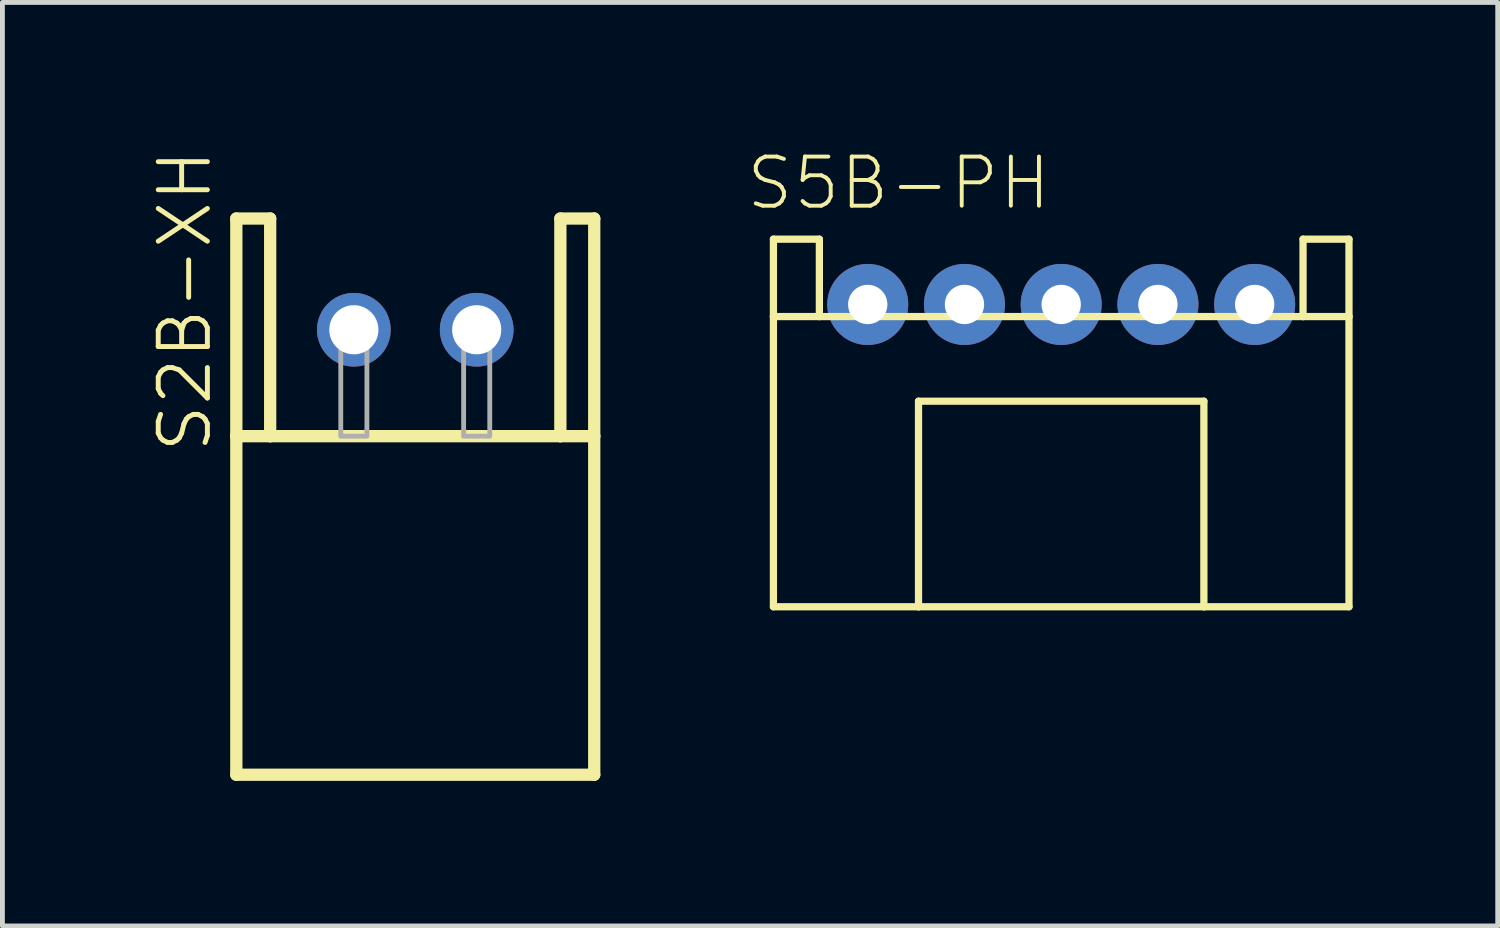
<source format=kicad_pcb>
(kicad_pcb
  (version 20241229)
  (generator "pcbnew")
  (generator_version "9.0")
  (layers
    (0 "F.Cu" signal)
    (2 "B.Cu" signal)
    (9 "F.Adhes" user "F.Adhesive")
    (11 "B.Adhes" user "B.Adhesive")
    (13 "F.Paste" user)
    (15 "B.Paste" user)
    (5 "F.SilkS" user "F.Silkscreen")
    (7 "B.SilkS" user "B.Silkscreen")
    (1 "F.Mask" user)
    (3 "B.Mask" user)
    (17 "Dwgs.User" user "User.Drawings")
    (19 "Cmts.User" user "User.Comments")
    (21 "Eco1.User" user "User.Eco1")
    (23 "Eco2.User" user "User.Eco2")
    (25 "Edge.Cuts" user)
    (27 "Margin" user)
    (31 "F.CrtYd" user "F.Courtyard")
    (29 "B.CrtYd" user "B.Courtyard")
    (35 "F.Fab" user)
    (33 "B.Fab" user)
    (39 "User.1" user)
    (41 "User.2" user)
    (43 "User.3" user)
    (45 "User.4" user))
  (footprint "S2B-XH"
    (layer "F.Cu")
    (at 5.536 3.768)
    (property "Reference" "S2B-XH" (at -4.763 -0.597 90) (layer "F.SilkS") (effects (font (size 1.016 1.016) (thickness 0.102))))
    (attr through_hole)
    (fp_line (start -3.7 -2.3) (end -3.7 2.2) (stroke (width 0.254) (type solid)) (layer "F.SilkS"))
    (fp_line (start -3.7 2.2) (end -3.7 9.2) (stroke (width 0.254) (type solid)) (layer "F.SilkS"))
    (fp_line (start -3.7 9.2) (end 3.7 9.2) (stroke (width 0.254) (type solid)) (layer "F.SilkS"))
    (fp_line (start -3 -2.3) (end -3.7 -2.3) (stroke (width 0.254) (type solid)) (layer "F.SilkS"))
    (fp_line (start -3 -2.3) (end -3 2.2) (stroke (width 0.254) (type solid)) (layer "F.SilkS"))
    (fp_line (start -3 2.2) (end -3.7 2.2) (stroke (width 0.254) (type solid)) (layer "F.SilkS"))
    (fp_line (start 3 -2.3) (end 3 2.2) (stroke (width 0.254) (type solid)) (layer "F.SilkS"))
    (fp_line (start 3 2.2) (end -3 2.2) (stroke (width 0.254) (type solid)) (layer "F.SilkS"))
    (fp_line (start 3.7 -2.3) (end 3 -2.3) (stroke (width 0.254) (type solid)) (layer "F.SilkS"))
    (fp_line (start 3.7 2.2) (end 3 2.2) (stroke (width 0.254) (type solid)) (layer "F.SilkS"))
    (fp_line (start 3.7 2.2) (end 3.7 -2.3) (stroke (width 0.254) (type solid)) (layer "F.SilkS"))
    (fp_line (start 3.7 9.2) (end 3.7 2.2) (stroke (width 0.254) (type solid)) (layer "F.SilkS"))
    (fp_poly (pts (xy -1.54 0) (xy -1 0) (xy -1 2.2) (xy -1.54 2.2)) (stroke (width 0.1) (type solid)) (fill no) (layer "F.Fab"))
    (fp_poly (pts (xy 1 0) (xy 1.54 0) (xy 1.54 2.2) (xy 1 2.2)) (stroke (width 0.1) (type solid)) (fill no) (layer "F.Fab"))
    (pad "1" thru_hole circle (at -1.27 0) (size 1.524 1.524) (drill 1.016) (layers "*.Cu" "*.Mask"))
    (pad "2" thru_hole circle (at 1.27 0) (size 1.524 1.524) (drill 1.016) (layers "*.Cu" "*.Mask")))
  (footprint "S5B-PH"
    (layer "F.Cu")
    (at 18.891 3.245)
    (property "Reference" "S5B-PH" (at -3.363 -2.508 0) (layer "F.SilkS") (effects (font (size 1.016 1.016) (thickness 0.081))))
    (attr through_hole)
    (fp_line (start -5.95 -1.35) (end -5.95 0.25) (stroke (width 0.15) (type solid)) (layer "F.SilkS"))
    (fp_line (start -5.95 -1.35) (end -5 -1.35) (stroke (width 0.15) (type solid)) (layer "F.SilkS"))
    (fp_line (start -5.95 0.25) (end -5.95 6.25) (stroke (width 0.15) (type solid)) (layer "F.SilkS"))
    (fp_line (start -5.95 6.25) (end -2.95 6.25) (stroke (width 0.15) (type solid)) (layer "F.SilkS"))
    (fp_line (start -5 -1.35) (end -5 0.25) (stroke (width 0.15) (type solid)) (layer "F.SilkS"))
    (fp_line (start -5 0.25) (end -5.95 0.25) (stroke (width 0.15) (type solid)) (layer "F.SilkS"))
    (fp_line (start -5 0.25) (end 5 0.25) (stroke (width 0.15) (type solid)) (layer "F.SilkS"))
    (fp_line (start -2.95 2) (end -2.95 6.25) (stroke (width 0.15) (type solid)) (layer "F.SilkS"))
    (fp_line (start -2.95 6.25) (end 2.95 6.25) (stroke (width 0.15) (type solid)) (layer "F.SilkS"))
    (fp_line (start 2.95 2) (end -2.95 2) (stroke (width 0.15) (type solid)) (layer "F.SilkS"))
    (fp_line (start 2.95 6.25) (end 2.95 2) (stroke (width 0.15) (type solid)) (layer "F.SilkS"))
    (fp_line (start 2.95 6.25) (end 5.95 6.25) (stroke (width 0.15) (type solid)) (layer "F.SilkS"))
    (fp_line (start 5 -1.35) (end 5.95 -1.35) (stroke (width 0.15) (type solid)) (layer "F.SilkS"))
    (fp_line (start 5 0.25) (end 5 -1.35) (stroke (width 0.15) (type solid)) (layer "F.SilkS"))
    (fp_line (start 5 0.25) (end 5.95 0.25) (stroke (width 0.15) (type solid)) (layer "F.SilkS"))
    (fp_line (start 5.95 -1.35) (end 5.95 0.25) (stroke (width 0.15) (type solid)) (layer "F.SilkS"))
    (fp_line (start 5.95 0.25) (end 5.95 6.25) (stroke (width 0.15) (type solid)) (layer "F.SilkS"))
    (pad "1" thru_hole circle (at -4 0) (size 1.676 1.676) (drill 0.813) (layers "*.Cu" "*.Mask"))
    (pad "2" thru_hole circle (at -2 0) (size 1.676 1.676) (drill 0.813) (layers "*.Cu" "*.Mask"))
    (pad "3" thru_hole circle (at 0 0) (size 1.676 1.676) (drill 0.813) (layers "*.Cu" "*.Mask"))
    (pad "4" thru_hole circle (at 2 0) (size 1.676 1.676) (drill 0.813) (layers "*.Cu" "*.Mask"))
    (pad "5" thru_hole circle (at 4 0) (size 1.676 1.676) (drill 0.813) (layers "*.Cu" "*.Mask")))
  (gr_rect
    (start -3 -3)
    (end 27.916 16.095)
    (stroke (width 0.1) (type default))
    (fill no)
    (layer "Edge.Cuts")))
</source>
